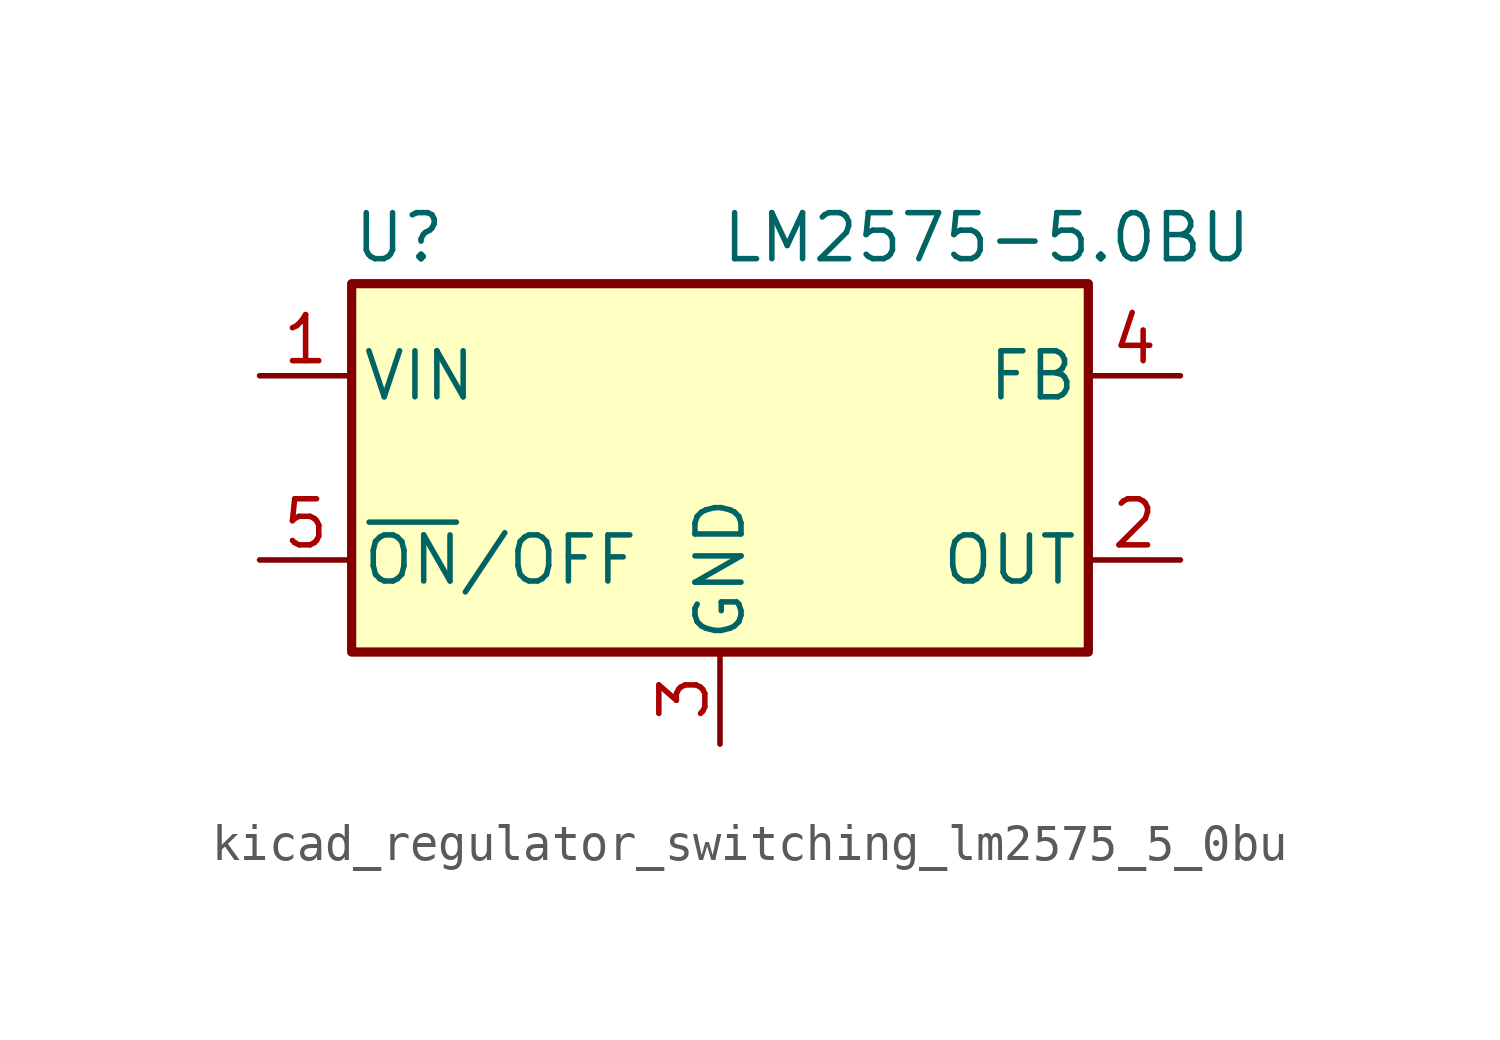
<source format=kicad_sym>
(kicad_symbol_lib
  (version 20220914)
  (generator kicad_symbol_editor)
  (symbol "kicad_regulator_switching_lm2575_5_0bu"
    (pin_names
      (offset 0.254))
    (property "Reference" "U"
      (at -10.16 6.35 0)
      (effects (font (size 1.27 1.27)) (justify left)))
    (property "Value" "LM2575-5.0BU"
      (at 0 6.35 0)
      (effects (font (size 1.27 1.27)) (justify left)))
    (symbol "kicad_regulator_switching_lm2575_5_0bu_0_1"
      (rectangle (start -10.16 5.08) (end 10.16 -5.08) (stroke (width 0.254) (type default)) (fill (type background))))
    (symbol "kicad_regulator_switching_lm2575_5_0bu_1_1"
      (pin power_in line (at -12.7 2.54 0) (length 2.54) (name "VIN" (effects (font (size 1.27 1.27)))) (number "1" (effects (font (size 1.27 1.27)))))
      (pin output line (at 12.7 -2.54 180) (length 2.54) (name "OUT" (effects (font (size 1.27 1.27)))) (number "2" (effects (font (size 1.27 1.27)))))
      (pin power_in line (at 0 -7.62 90) (length 2.54) (name "GND" (effects (font (size 1.27 1.27)))) (number "3" (effects (font (size 1.27 1.27)))))
      (pin input line (at 12.7 2.54 180) (length 2.54) (name "FB" (effects (font (size 1.27 1.27)))) (number "4" (effects (font (size 1.27 1.27)))))
      (pin input line (at -12.7 -2.54 0) (length 2.54) (name "~{ON}/OFF" (effects (font (size 1.27 1.27)))) (number "5" (effects (font (size 1.27 1.27))))))))
</source>
